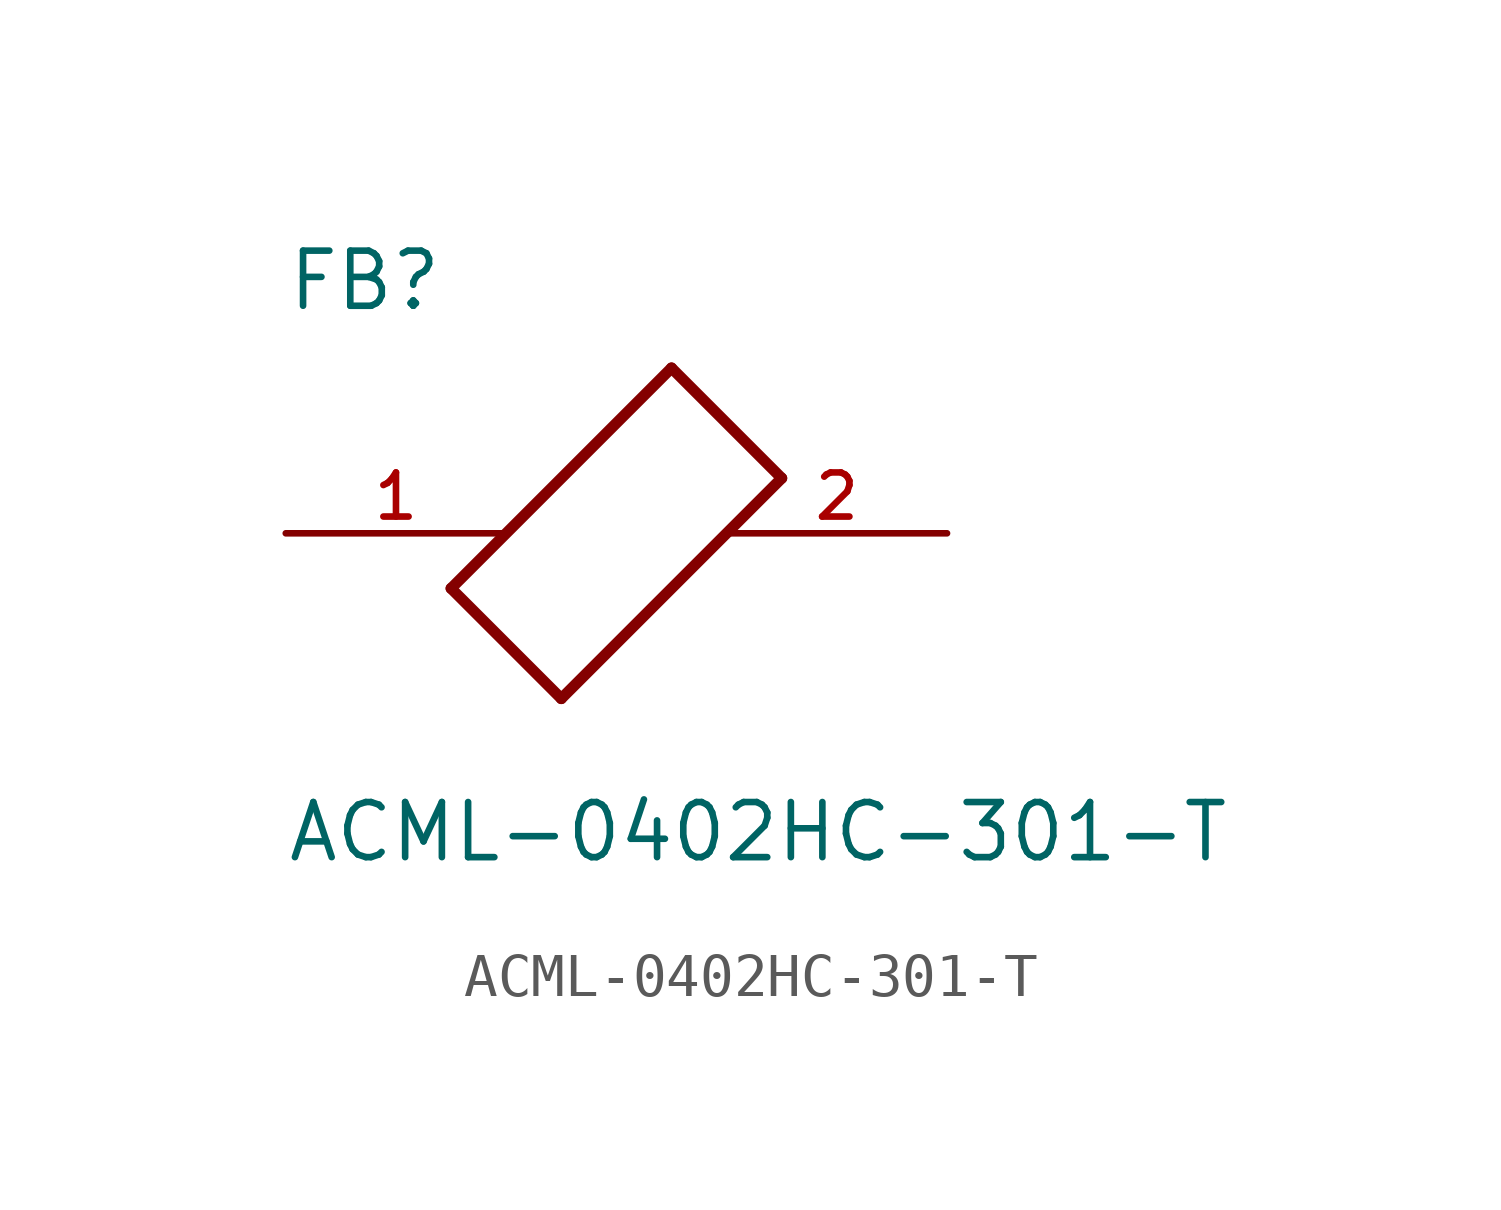
<source format=kicad_sym>
(kicad_symbol_lib
  (version 20211014)
  (generator kicad_symbol_editor)
  (symbol "ACML-0402HC-301-T"
    (pin_names
      (offset 1.016))
    (property "Reference" "FB"
      (at -7.624 5.081 0)
      (effects (font (size 1.27 1.27)) (justify bottom left)))
    (property "Value" "ACML-0402HC-301-T"
      (at -7.63 -7.627 0)
      (effects (font (size 1.27 1.27)) (justify bottom left)))
    (symbol "ACML-0402HC-301-T_0_0"
      (polyline (pts (xy -3.81 -1.27) (xy -1.27 -3.81)) (stroke (width 0.254)))
      (polyline (pts (xy -1.27 -3.81) (xy 3.81 1.27)) (stroke (width 0.254)))
      (polyline (pts (xy 3.81 1.27) (xy 1.27 3.81)) (stroke (width 0.254)))
      (polyline (pts (xy 1.27 3.81) (xy -3.81 -1.27)) (stroke (width 0.254)))
      (pin passive line (at 7.62 0.0 180.0) (length 5.08) (name "~" (effects (font (size 1.016 1.016)))) (number "2" (effects (font (size 1.016 1.016)))))
      (pin passive line (at -7.62 0.0 0) (length 5.08) (name "~" (effects (font (size 1.016 1.016)))) (number "1" (effects (font (size 1.016 1.016))))))))
</source>
